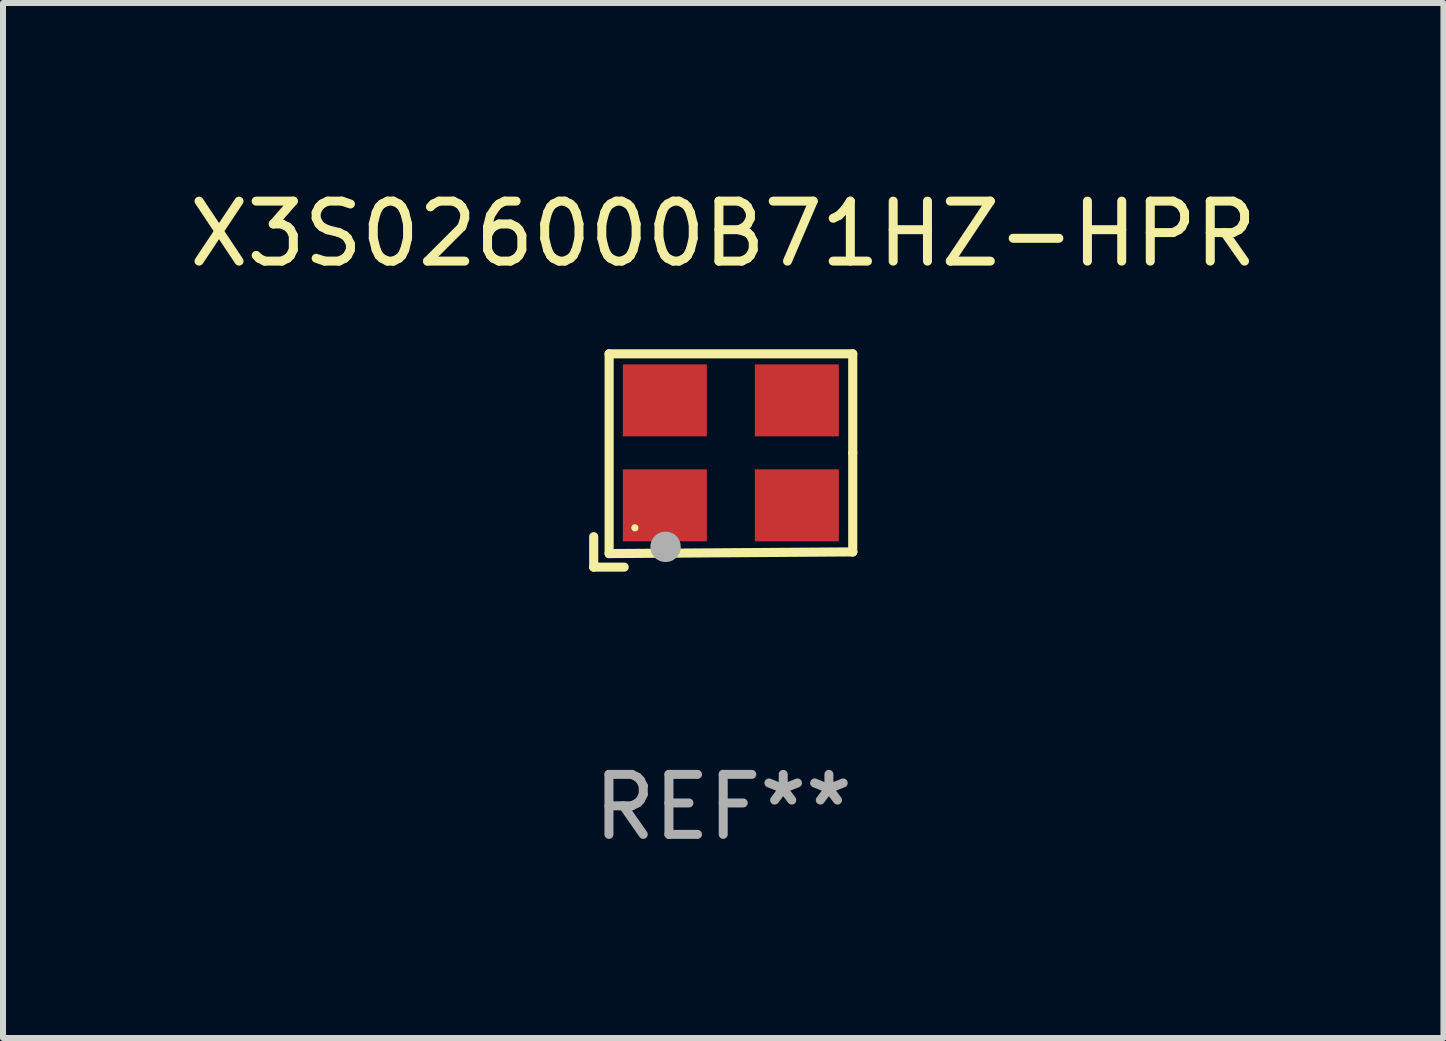
<source format=kicad_pcb>
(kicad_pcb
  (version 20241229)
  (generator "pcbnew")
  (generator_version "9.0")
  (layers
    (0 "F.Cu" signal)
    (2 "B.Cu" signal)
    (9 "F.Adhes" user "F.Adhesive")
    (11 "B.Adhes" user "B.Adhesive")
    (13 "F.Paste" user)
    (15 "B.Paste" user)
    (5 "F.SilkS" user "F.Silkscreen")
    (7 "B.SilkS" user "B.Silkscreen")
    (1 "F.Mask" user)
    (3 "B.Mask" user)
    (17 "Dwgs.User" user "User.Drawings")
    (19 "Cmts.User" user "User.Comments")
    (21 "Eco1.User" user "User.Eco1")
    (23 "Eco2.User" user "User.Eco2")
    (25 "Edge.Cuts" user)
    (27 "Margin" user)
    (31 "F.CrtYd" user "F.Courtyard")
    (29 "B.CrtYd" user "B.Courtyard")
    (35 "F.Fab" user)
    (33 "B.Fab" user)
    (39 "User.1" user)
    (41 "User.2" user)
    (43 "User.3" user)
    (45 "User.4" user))
  (footprint "X3S026000B71HZ-HPR"
    (layer "F.Cu")
    (at 9.006 4.626)
    (property "Reference" "X3S026000B71HZ-HPR" (at 0 -3.778 0) (layer "F.SilkS") (effects (font (size 1 1) (thickness 0.15))))
    (attr through_hole)
    (fp_line (start -2.159 1.27) (end -2.159 1.778) (stroke (width 0.152) (type solid)) (layer "F.SilkS"))
    (fp_line (start -2.159 1.778) (end -1.651 1.778) (stroke (width 0.152) (type solid)) (layer "F.SilkS"))
    (fp_line (start -1.902 -1.778) (end 2.159 -1.778) (stroke (width 0.152) (type solid)) (layer "F.SilkS"))
    (fp_line (start -1.902 1.552) (end -1.902 -1.778) (stroke (width 0.152) (type solid)) (layer "F.SilkS"))
    (fp_line (start 2.159 -1.778) (end 2.159 -0.127) (stroke (width 0.152) (type solid)) (layer "F.SilkS"))
    (fp_line (start 2.159 -0.127) (end 2.159 1.524) (stroke (width 0.152) (type solid)) (layer "F.SilkS"))
    (fp_line (start 2.159 1.524) (end -1.902 1.552) (stroke (width 0.152) (type solid)) (layer "F.SilkS"))
    (fp_line (start 2.159 1.524) (end 2.159 1.524) (stroke (width 0.152) (type solid)) (layer "F.SilkS"))
    (fp_circle (center -1.473 1.123) (end -1.443 1.123) (stroke (width 0.06) (type solid)) (fill no) (layer "F.SilkS"))
    (fp_circle (center -0.961 1.44) (end -0.834 1.44) (stroke (width 0.254) (type solid)) (fill no) (layer "F.Fab"))
    (fp_text user "REF**" (at 0 5.778 0) (layer "F.Fab") (effects (font (size 1 1) (thickness 0.15))))
    (pad "1" smd rect (at -0.973 0.748) (size 1.4 1.2) (layers "F.Cu" "F.Mask" "F.Paste"))
    (pad "2" smd rect (at 1.227 0.748) (size 1.4 1.2) (layers "F.Cu" "F.Mask" "F.Paste"))
    (pad "3" smd rect (at 1.227 -1.002) (size 1.4 1.2) (layers "F.Cu" "F.Mask" "F.Paste"))
    (pad "4" smd rect (at -0.973 -1.002) (size 1.4 1.2) (layers "F.Cu" "F.Mask" "F.Paste")))
  (gr_rect
    (start -3 -3)
    (end 21.012 14.253)
    (stroke (width 0.1) (type default))
    (fill no)
    (layer "Edge.Cuts")))
</source>
